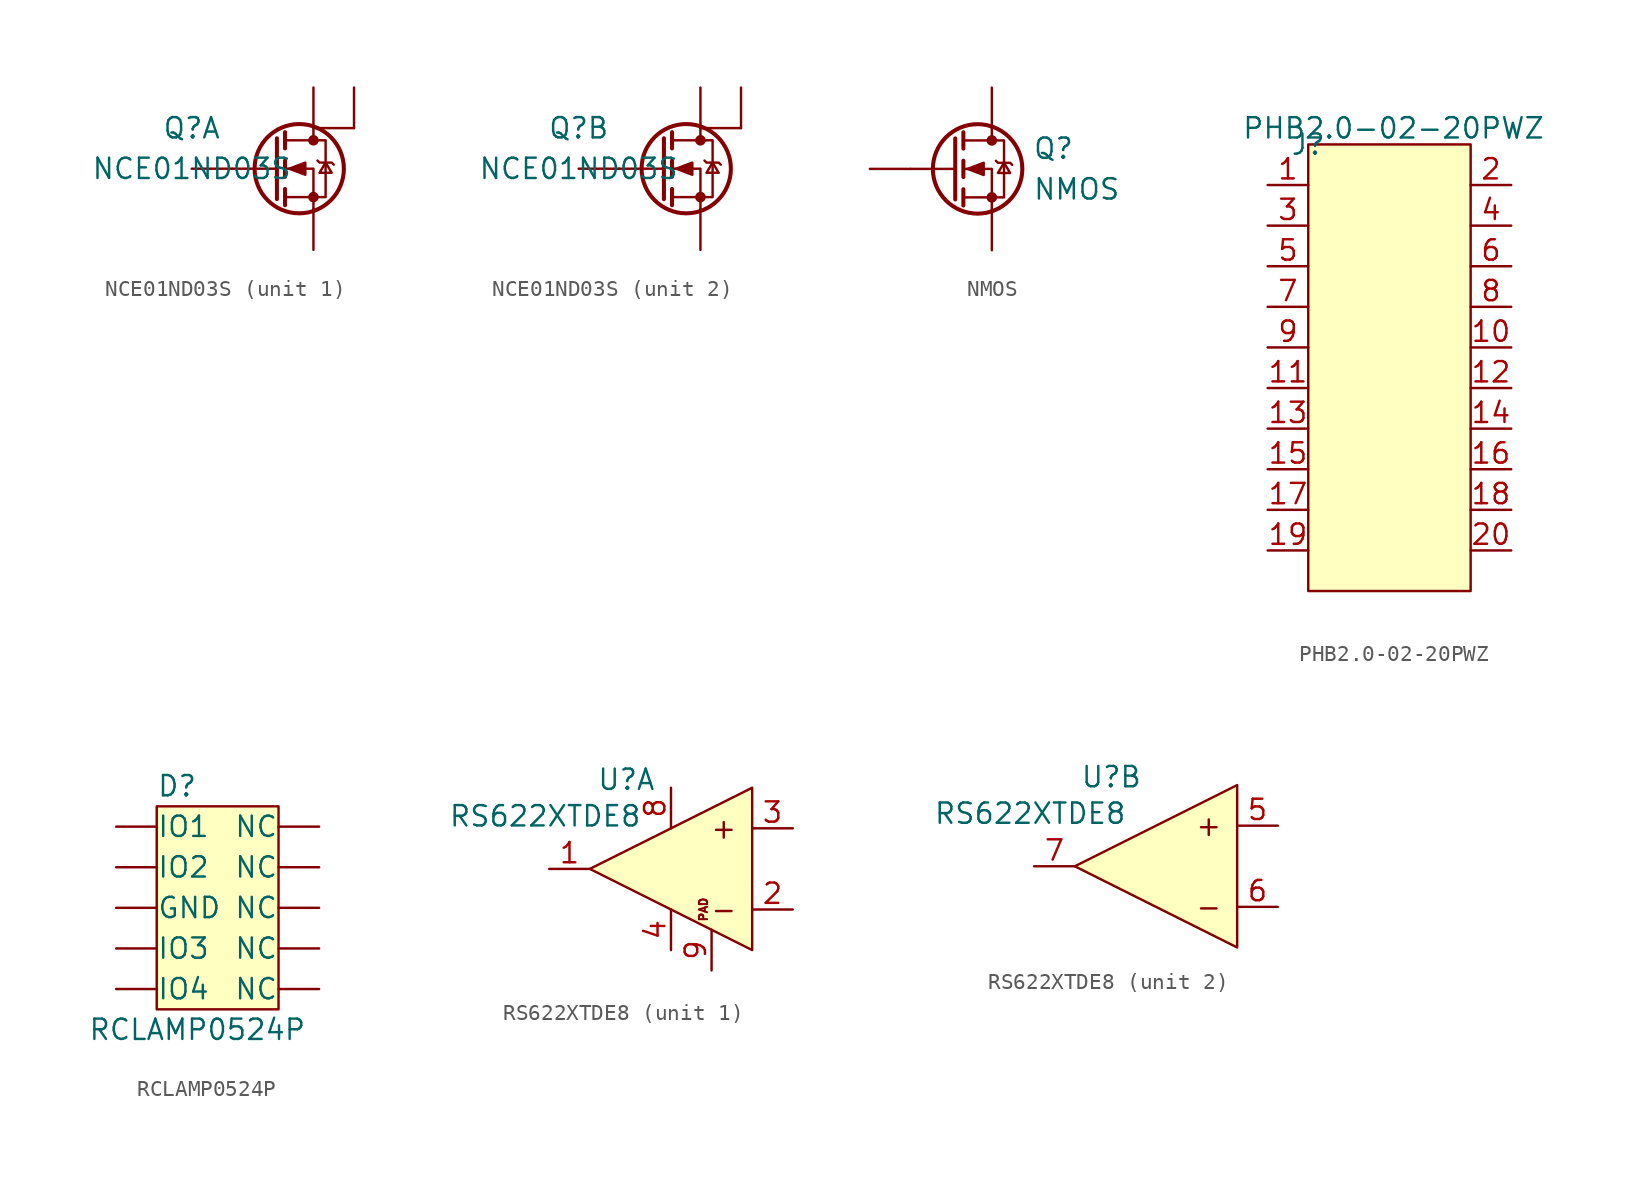
<source format=kicad_sym>
(kicad_symbol_lib
  (version 20241209)
  (generator "kicad_symbol_editor")
  (generator_version "9.0")
  (symbol "NCE01ND03S"
    (pin_numbers
      (hide yes))
    (pin_names
      (hide yes))
    (property "Reference" "Q"
      (at 0 2.54 0)
      (effects (font (size 1.27 1.27))))
    (property "Value" "NCE01ND03S"
      (at 0 0 0)
      (effects (font (size 1.27 1.27))))
    (property "ki_locked" ""
      (at 0 0 0)
      (effects (font (size 1.27 1.27))))
    (symbol "NCE01ND03S_0_1"
      (polyline (pts (xy 5.334 1.905) (xy 5.334 -1.905)) (stroke (width 0.254) (type default)) (fill (type none)))
      (polyline (pts (xy 5.334 0) (xy 2.54 0)) (stroke (width 0) (type default)) (fill (type none)))
      (polyline (pts (xy 5.842 2.286) (xy 5.842 1.27)) (stroke (width 0.254) (type default)) (fill (type none)))
      (polyline (pts (xy 5.842 0.508) (xy 5.842 -0.508)) (stroke (width 0.254) (type default)) (fill (type none)))
      (polyline (pts (xy 5.842 -1.27) (xy 5.842 -2.286)) (stroke (width 0.254) (type default)) (fill (type none)))
      (polyline (pts (xy 5.842 -1.778) (xy 8.382 -1.778) (xy 8.382 1.778) (xy 5.842 1.778)) (stroke (width 0) (type default)) (fill (type none)))
      (polyline (pts (xy 6.096 0) (xy 7.112 0.381) (xy 7.112 -0.381) (xy 6.096 0)) (stroke (width 0) (type default)) (fill (type outline)))
      (circle (center 6.731 0) (radius 2.794) (stroke (width 0.254) (type default)) (fill (type none)))
      (polyline (pts (xy 7.62 2.54) (xy 7.62 1.778)) (stroke (width 0) (type default)) (fill (type none)))
      (circle (center 7.62 1.778) (radius 0.254) (stroke (width 0) (type default)) (fill (type outline)))
      (circle (center 7.62 -1.778) (radius 0.254) (stroke (width 0) (type default)) (fill (type outline)))
      (polyline (pts (xy 7.62 -2.54) (xy 7.62 0) (xy 5.842 0)) (stroke (width 0) (type default)) (fill (type none)))
      (polyline (pts (xy 7.874 0.508) (xy 8.001 0.381) (xy 8.763 0.381) (xy 8.89 0.254)) (stroke (width 0) (type default)) (fill (type none)))
      (polyline (pts (xy 8.382 0.381) (xy 8.001 -0.254) (xy 8.763 -0.254) (xy 8.382 0.381)) (stroke (width 0) (type default)) (fill (type none))))
    (symbol "NCE01ND03S_1_1"
      (polyline (pts (xy 7.62 2.54) (xy 10.16 2.54)) (stroke (width 0) (type default)) (fill (type none)))
      (pin input line (at 0 0 0) (length 2.54) (name "G1" (effects (font (size 1.27 1.27)))) (number "4" (effects (font (size 1.27 1.27)))))
      (pin passive line (at 7.62 5.08 270) (length 2.54) (name "D1" (effects (font (size 1.27 1.27)))) (number "5" (effects (font (size 1.27 1.27)))))
      (pin passive line (at 7.62 -5.08 90) (length 2.54) (name "S1" (effects (font (size 1.27 1.27)))) (number "3" (effects (font (size 1.27 1.27)))))
      (pin passive line (at 10.16 5.08 270) (length 2.54) (name "D1" (effects (font (size 1.27 1.27)))) (number "6" (effects (font (size 1.27 1.27))))))
    (symbol "NCE01ND03S_2_1"
      (polyline (pts (xy 10.16 2.54) (xy 7.62 2.54)) (stroke (width 0) (type default)) (fill (type none)))
      (pin input line (at 0 0 0) (length 2.54) (name "G2" (effects (font (size 1.27 1.27)))) (number "2" (effects (font (size 1.27 1.27)))))
      (pin passive line (at 7.62 5.08 270) (length 2.54) (name "D2" (effects (font (size 1.27 1.27)))) (number "7" (effects (font (size 1.27 1.27)))))
      (pin passive line (at 7.62 -5.08 90) (length 2.54) (name "S2" (effects (font (size 1.27 1.27)))) (number "1" (effects (font (size 1.27 1.27)))))
      (pin passive line (at 10.16 5.08 270) (length 2.54) (name "D2" (effects (font (size 1.27 1.27)))) (number "8" (effects (font (size 1.27 1.27)))))))
  (symbol "NMOS"
    (pin_numbers
      (hide yes))
    (pin_names
      (offset 0)
      (hide yes))
    (property "Reference" "Q"
      (at 5.08 1.27 0)
      (effects (font (size 1.27 1.27)) (justify left)))
    (property "Value" "NMOS"
      (at 5.08 -1.27 0)
      (effects (font (size 1.27 1.27)) (justify left)))
    (symbol "NMOS_0_1"
      (polyline (pts (xy 0.254 1.905) (xy 0.254 -1.905)) (stroke (width 0.254) (type default)) (fill (type none)))
      (polyline (pts (xy 0.254 0) (xy -2.54 0)) (stroke (width 0) (type default)) (fill (type none)))
      (polyline (pts (xy 0.762 2.286) (xy 0.762 1.27)) (stroke (width 0.254) (type default)) (fill (type none)))
      (polyline (pts (xy 0.762 0.508) (xy 0.762 -0.508)) (stroke (width 0.254) (type default)) (fill (type none)))
      (polyline (pts (xy 0.762 -1.27) (xy 0.762 -2.286)) (stroke (width 0.254) (type default)) (fill (type none)))
      (polyline (pts (xy 0.762 -1.778) (xy 3.302 -1.778) (xy 3.302 1.778) (xy 0.762 1.778)) (stroke (width 0) (type default)) (fill (type none)))
      (polyline (pts (xy 1.016 0) (xy 2.032 0.381) (xy 2.032 -0.381) (xy 1.016 0)) (stroke (width 0) (type default)) (fill (type outline)))
      (circle (center 1.651 0) (radius 2.794) (stroke (width 0.254) (type default)) (fill (type none)))
      (polyline (pts (xy 2.54 2.54) (xy 2.54 1.778)) (stroke (width 0) (type default)) (fill (type none)))
      (circle (center 2.54 1.778) (radius 0.254) (stroke (width 0) (type default)) (fill (type outline)))
      (circle (center 2.54 -1.778) (radius 0.254) (stroke (width 0) (type default)) (fill (type outline)))
      (polyline (pts (xy 2.54 -2.54) (xy 2.54 0) (xy 0.762 0)) (stroke (width 0) (type default)) (fill (type none)))
      (polyline (pts (xy 2.794 0.508) (xy 2.921 0.381) (xy 3.683 0.381) (xy 3.81 0.254)) (stroke (width 0) (type default)) (fill (type none)))
      (polyline (pts (xy 3.302 0.381) (xy 2.921 -0.254) (xy 3.683 -0.254) (xy 3.302 0.381)) (stroke (width 0) (type default)) (fill (type none))))
    (symbol "NMOS_1_1"
      (pin input line (at -5.08 0 0) (length 2.54) (name "G" (effects (font (size 1.27 1.27)))) (number "2" (effects (font (size 1.27 1.27)))))
      (pin passive line (at 2.54 5.08 270) (length 2.54) (name "D" (effects (font (size 1.27 1.27)))) (number "1" (effects (font (size 1.27 1.27)))))
      (pin passive line (at 2.54 -5.08 90) (length 2.54) (name "S" (effects (font (size 1.27 1.27)))) (number "3" (effects (font (size 1.27 1.27)))))))
  (symbol "PHB2.0-02-20PWZ"
    (property "Reference" "J"
      (at 0 0 0)
      (effects (font (size 1.27 1.27))))
    (property "Value" "PHB2.0-02-20PWZ"
      (at 5.334 1.016 0)
      (effects (font (size 1.27 1.27))))
    (symbol "PHB2.0-02-20PWZ_1_0"
      (pin unspecified line (at -2.54 -5.08 0) (length 2.54) (name "" (effects (font (size 1.27 1.27)))) (number "3" (effects (font (size 1.27 1.27)))))
      (pin unspecified line (at -2.54 -7.62 0) (length 2.54) (name "" (effects (font (size 1.27 1.27)))) (number "5" (effects (font (size 1.27 1.27)))))
      (pin unspecified line (at -2.54 -10.16 0) (length 2.54) (name "" (effects (font (size 1.27 1.27)))) (number "7" (effects (font (size 1.27 1.27)))))
      (pin unspecified line (at -2.54 -12.7 0) (length 2.54) (name "" (effects (font (size 1.27 1.27)))) (number "9" (effects (font (size 1.27 1.27)))))
      (pin unspecified line (at -2.54 -15.24 0) (length 2.54) (name "" (effects (font (size 1.27 1.27)))) (number "11" (effects (font (size 1.27 1.27)))))
      (pin unspecified line (at -2.54 -17.78 0) (length 2.54) (name "" (effects (font (size 1.27 1.27)))) (number "13" (effects (font (size 1.27 1.27)))))
      (pin unspecified line (at -2.54 -20.32 0) (length 2.54) (name "" (effects (font (size 1.27 1.27)))) (number "15" (effects (font (size 1.27 1.27)))))
      (pin unspecified line (at -2.54 -22.86 0) (length 2.54) (name "" (effects (font (size 1.27 1.27)))) (number "17" (effects (font (size 1.27 1.27)))))
      (pin unspecified line (at -2.54 -25.4 0) (length 2.54) (name "" (effects (font (size 1.27 1.27)))) (number "19" (effects (font (size 1.27 1.27)))))
      (pin unspecified line (at 12.7 -2.54 180) (length 2.54) (name "" (effects (font (size 1.27 1.27)))) (number "2" (effects (font (size 1.27 1.27)))))
      (pin unspecified line (at 12.7 -5.08 180) (length 2.54) (name "" (effects (font (size 1.27 1.27)))) (number "4" (effects (font (size 1.27 1.27)))))
      (pin unspecified line (at 12.7 -7.62 180) (length 2.54) (name "" (effects (font (size 1.27 1.27)))) (number "6" (effects (font (size 1.27 1.27)))))
      (pin unspecified line (at 12.7 -10.16 180) (length 2.54) (name "" (effects (font (size 1.27 1.27)))) (number "8" (effects (font (size 1.27 1.27)))))
      (pin unspecified line (at 12.7 -12.7 180) (length 2.54) (name "" (effects (font (size 1.27 1.27)))) (number "10" (effects (font (size 1.27 1.27)))))
      (pin unspecified line (at 12.7 -15.24 180) (length 2.54) (name "" (effects (font (size 1.27 1.27)))) (number "12" (effects (font (size 1.27 1.27)))))
      (pin unspecified line (at 12.7 -17.78 180) (length 2.54) (name "" (effects (font (size 1.27 1.27)))) (number "14" (effects (font (size 1.27 1.27)))))
      (pin unspecified line (at 12.7 -20.32 180) (length 2.54) (name "" (effects (font (size 1.27 1.27)))) (number "16" (effects (font (size 1.27 1.27)))))
      (pin unspecified line (at 12.7 -22.86 180) (length 2.54) (name "" (effects (font (size 1.27 1.27)))) (number "18" (effects (font (size 1.27 1.27)))))
      (pin unspecified line (at 12.7 -25.4 180) (length 2.54) (name "" (effects (font (size 1.27 1.27)))) (number "20" (effects (font (size 1.27 1.27))))))
    (symbol "PHB2.0-02-20PWZ_1_1"
      (rectangle (start 0 0) (end 10.16 -27.94) (stroke (width 0) (type solid)) (fill (type background)))
      (pin unspecified line (at -2.54 -2.54 0) (length 2.54) (name "" (effects (font (size 1.27 1.27)))) (number "1" (effects (font (size 1.27 1.27)))))))
  (symbol "RCLAMP0524P"
    (pin_numbers
      (hide yes))
    (pin_names
      (offset 0.002))
    (property "Reference" "D"
      (at 1.27 1.27 0)
      (effects (font (size 1.27 1.27))))
    (property "Value" "RCLAMP0524P"
      (at 2.54 -13.97 0)
      (effects (font (size 1.27 1.27))))
    (symbol "RCLAMP0524P_1_1"
      (rectangle (start 0 0) (end 7.62 -12.7) (stroke (width 0) (type default)) (fill (type background)))
      (pin input line (at -2.54 -1.27 0) (length 2.54) (name "IO1" (effects (font (size 1.27 1.27)))) (number "1" (effects (font (size 1.27 1.27)))))
      (pin input line (at -2.54 -3.81 0) (length 2.54) (name "IO2" (effects (font (size 1.27 1.27)))) (number "2" (effects (font (size 1.27 1.27)))))
      (pin input line (at -2.54 -6.35 0) (length 2.54) (name "GND" (effects (font (size 1.27 1.27)))) (number "3" (effects (font (size 1.27 1.27)))))
      (pin input line (at -2.54 -8.89 0) (length 2.54) (name "IO3" (effects (font (size 1.27 1.27)))) (number "4" (effects (font (size 1.27 1.27)))))
      (pin input line (at -2.54 -11.43 0) (length 2.54) (name "IO4" (effects (font (size 1.27 1.27)))) (number "5" (effects (font (size 1.27 1.27)))))
      (pin input line (at 10.16 -1.27 180) (length 2.54) (name "NC" (effects (font (size 1.27 1.27)))) (number "10" (effects (font (size 1.27 1.27)))))
      (pin input line (at 10.16 -3.81 180) (length 2.54) (name "NC" (effects (font (size 1.27 1.27)))) (number "9" (effects (font (size 1.27 1.27)))))
      (pin input line (at 10.16 -6.35 180) (length 2.54) (name "NC" (effects (font (size 1.27 1.27)))) (number "8" (effects (font (size 1.27 1.27)))))
      (pin input line (at 10.16 -8.89 180) (length 2.54) (name "NC" (effects (font (size 1.27 1.27)))) (number "7" (effects (font (size 1.27 1.27)))))
      (pin input line (at 10.16 -11.43 180) (length 2.54) (name "NC" (effects (font (size 1.27 1.27)))) (number "6" (effects (font (size 1.27 1.27)))))))
  (symbol "RS622XTDE8"
    (pin_names
      (hide yes))
    (property "Reference" "U"
      (at 2.286 5.588 0)
      (effects (font (size 1.27 1.27))))
    (property "Value" "RS622XTDE8"
      (at -2.794 3.302 0)
      (effects (font (size 1.27 1.27))))
    (symbol "RS622XTDE8_1_1"
      (polyline (pts (xy 0 0) (xy 10.16 5.08) (xy 10.16 -5.08) (xy 0 0)) (stroke (width 0) (type solid)) (fill (type background)))
      (text "PAD" (at 7.112 -2.54 900) (effects (font (size 0.508 0.508))))
      (text "+" (at 8.382 2.54 0) (effects (font (size 1.27 1.27))))
      (text "-" (at 8.382 -2.54 0) (effects (font (size 1.27 1.27))))
      (pin passive line (at -2.54 0 0) (length 2.54) (name "OUTB" (effects (font (size 1.27 1.27)))) (number "1" (effects (font (size 1.27 1.27)))))
      (pin passive line (at 5.08 5.08 270) (length 2.54) (name "V+" (effects (font (size 1.27 1.27)))) (number "8" (effects (font (size 1.27 1.27)))))
      (pin passive line (at 5.08 -5.08 90) (length 2.54) (name "V-" (effects (font (size 1.27 1.27)))) (number "4" (effects (font (size 1.27 1.27)))))
      (pin unspecified line (at 7.62 -6.35 90) (length 2.54) (name "PAD" (effects (font (size 1.27 1.27)))) (number "9" (effects (font (size 1.27 1.27)))))
      (pin passive line (at 12.7 2.54 180) (length 2.54) (name "+INB" (effects (font (size 1.27 1.27)))) (number "3" (effects (font (size 1.27 1.27)))))
      (pin passive line (at 12.7 -2.54 180) (length 2.54) (name "-INB" (effects (font (size 1.27 1.27)))) (number "2" (effects (font (size 1.27 1.27))))))
    (symbol "RS622XTDE8_2_1"
      (polyline (pts (xy 0 0) (xy 10.16 5.08) (xy 10.16 -5.08) (xy 0 0)) (stroke (width 0) (type solid)) (fill (type background)))
      (text "+" (at 8.382 2.54 0) (effects (font (size 1.27 1.27))))
      (text "-" (at 8.382 -2.54 0) (effects (font (size 1.27 1.27))))
      (pin passive line (at -2.54 0 0) (length 2.54) (name "OUTB" (effects (font (size 1.27 1.27)))) (number "7" (effects (font (size 1.27 1.27)))))
      (pin passive line (at 12.7 2.54 180) (length 2.54) (name "+INB" (effects (font (size 1.27 1.27)))) (number "5" (effects (font (size 1.27 1.27)))))
      (pin passive line (at 12.7 -2.54 180) (length 2.54) (name "-INB" (effects (font (size 1.27 1.27)))) (number "6" (effects (font (size 1.27 1.27))))))))
</source>
